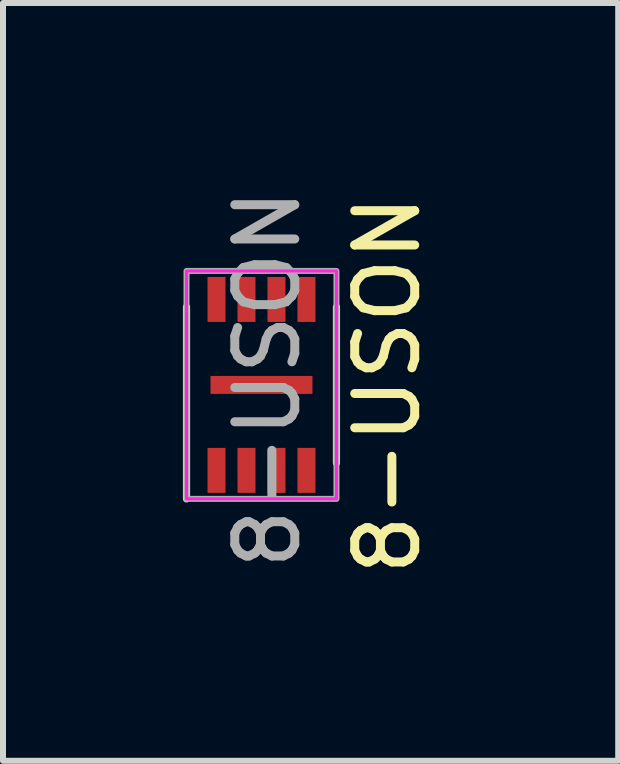
<source format=kicad_pcb>
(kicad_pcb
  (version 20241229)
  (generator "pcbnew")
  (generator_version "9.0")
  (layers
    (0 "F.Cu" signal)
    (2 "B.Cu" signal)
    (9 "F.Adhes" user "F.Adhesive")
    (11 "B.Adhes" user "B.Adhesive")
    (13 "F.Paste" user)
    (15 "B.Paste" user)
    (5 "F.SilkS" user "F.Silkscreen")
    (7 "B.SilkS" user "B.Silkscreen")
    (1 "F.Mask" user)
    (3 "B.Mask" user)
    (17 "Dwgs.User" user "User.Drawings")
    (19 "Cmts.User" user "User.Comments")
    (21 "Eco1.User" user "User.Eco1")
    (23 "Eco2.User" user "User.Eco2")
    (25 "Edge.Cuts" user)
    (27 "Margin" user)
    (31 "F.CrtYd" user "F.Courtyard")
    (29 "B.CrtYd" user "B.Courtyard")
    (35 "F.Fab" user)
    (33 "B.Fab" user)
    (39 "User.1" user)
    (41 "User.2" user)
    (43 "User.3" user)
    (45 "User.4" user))
  (footprint "8-USON"
    (layer "F.Cu")
    (at 1.31 3.368)
    (property "Reference" "8-USON" (at 2.1 0 90) (unlocked yes) (layer "F.SilkS") (effects (font (size 1 1) (thickness 0.15))))
    (attr smd)
    (fp_line (start -1.25 1.9) (end -1.25 -1.3) (stroke (width 0.12) (type solid)) (layer "F.SilkS"))
    (fp_line (start 1.25 -1.3) (end 1.25 1.3) (stroke (width 0.12) (type solid)) (layer "F.SilkS"))
    (fp_rect (start -1.25 1.9) (end 1.25 -1.9) (stroke (width 0.05) (type solid)) (fill no) (layer "F.CrtYd"))
    (fp_rect (start -1.25 1.9) (end 1.25 -1.9) (stroke (width 0.1) (type solid)) (fill no) (layer "F.Fab"))
    (fp_text user "${REFERENCE}" (at 0.1 -0.1 90) (unlocked yes) (layer "F.Fab") (effects (font (size 1 1) (thickness 0.15))))
    (pad "1" smd rect (at -0.75 1.425) (size 0.3 0.75) (layers "F.Cu" "F.Mask" "F.Paste"))
    (pad "2" smd rect (at -0.25 1.425) (size 0.3 0.75) (layers "F.Cu" "F.Mask" "F.Paste"))
    (pad "3" smd rect (at 0.25 1.425) (size 0.3 0.75) (layers "F.Cu" "F.Mask" "F.Paste"))
    (pad "4" smd rect (at 0 0 90) (size 0.3 1.7) (layers "F.Cu" "F.Mask" "F.Paste"))
    (pad "4" smd rect (at 0.75 1.425) (size 0.3 0.75) (layers "F.Cu" "F.Mask" "F.Paste"))
    (pad "5" smd rect (at 0.75 -1.425) (size 0.3 0.75) (layers "F.Cu" "F.Mask" "F.Paste"))
    (pad "6" smd rect (at 0.25 -1.425) (size 0.3 0.75) (layers "F.Cu" "F.Mask" "F.Paste"))
    (pad "7" smd rect (at -0.25 -1.425) (size 0.3 0.75) (layers "F.Cu" "F.Mask" "F.Paste"))
    (pad "8" smd rect (at -0.75 -1.425) (size 0.3 0.75) (layers "F.Cu" "F.Mask" "F.Paste")))
  (gr_rect
    (start -3 -3)
    (end 7.258 9.636)
    (stroke (width 0.1) (type default))
    (fill no)
    (layer "Edge.Cuts")))
</source>
